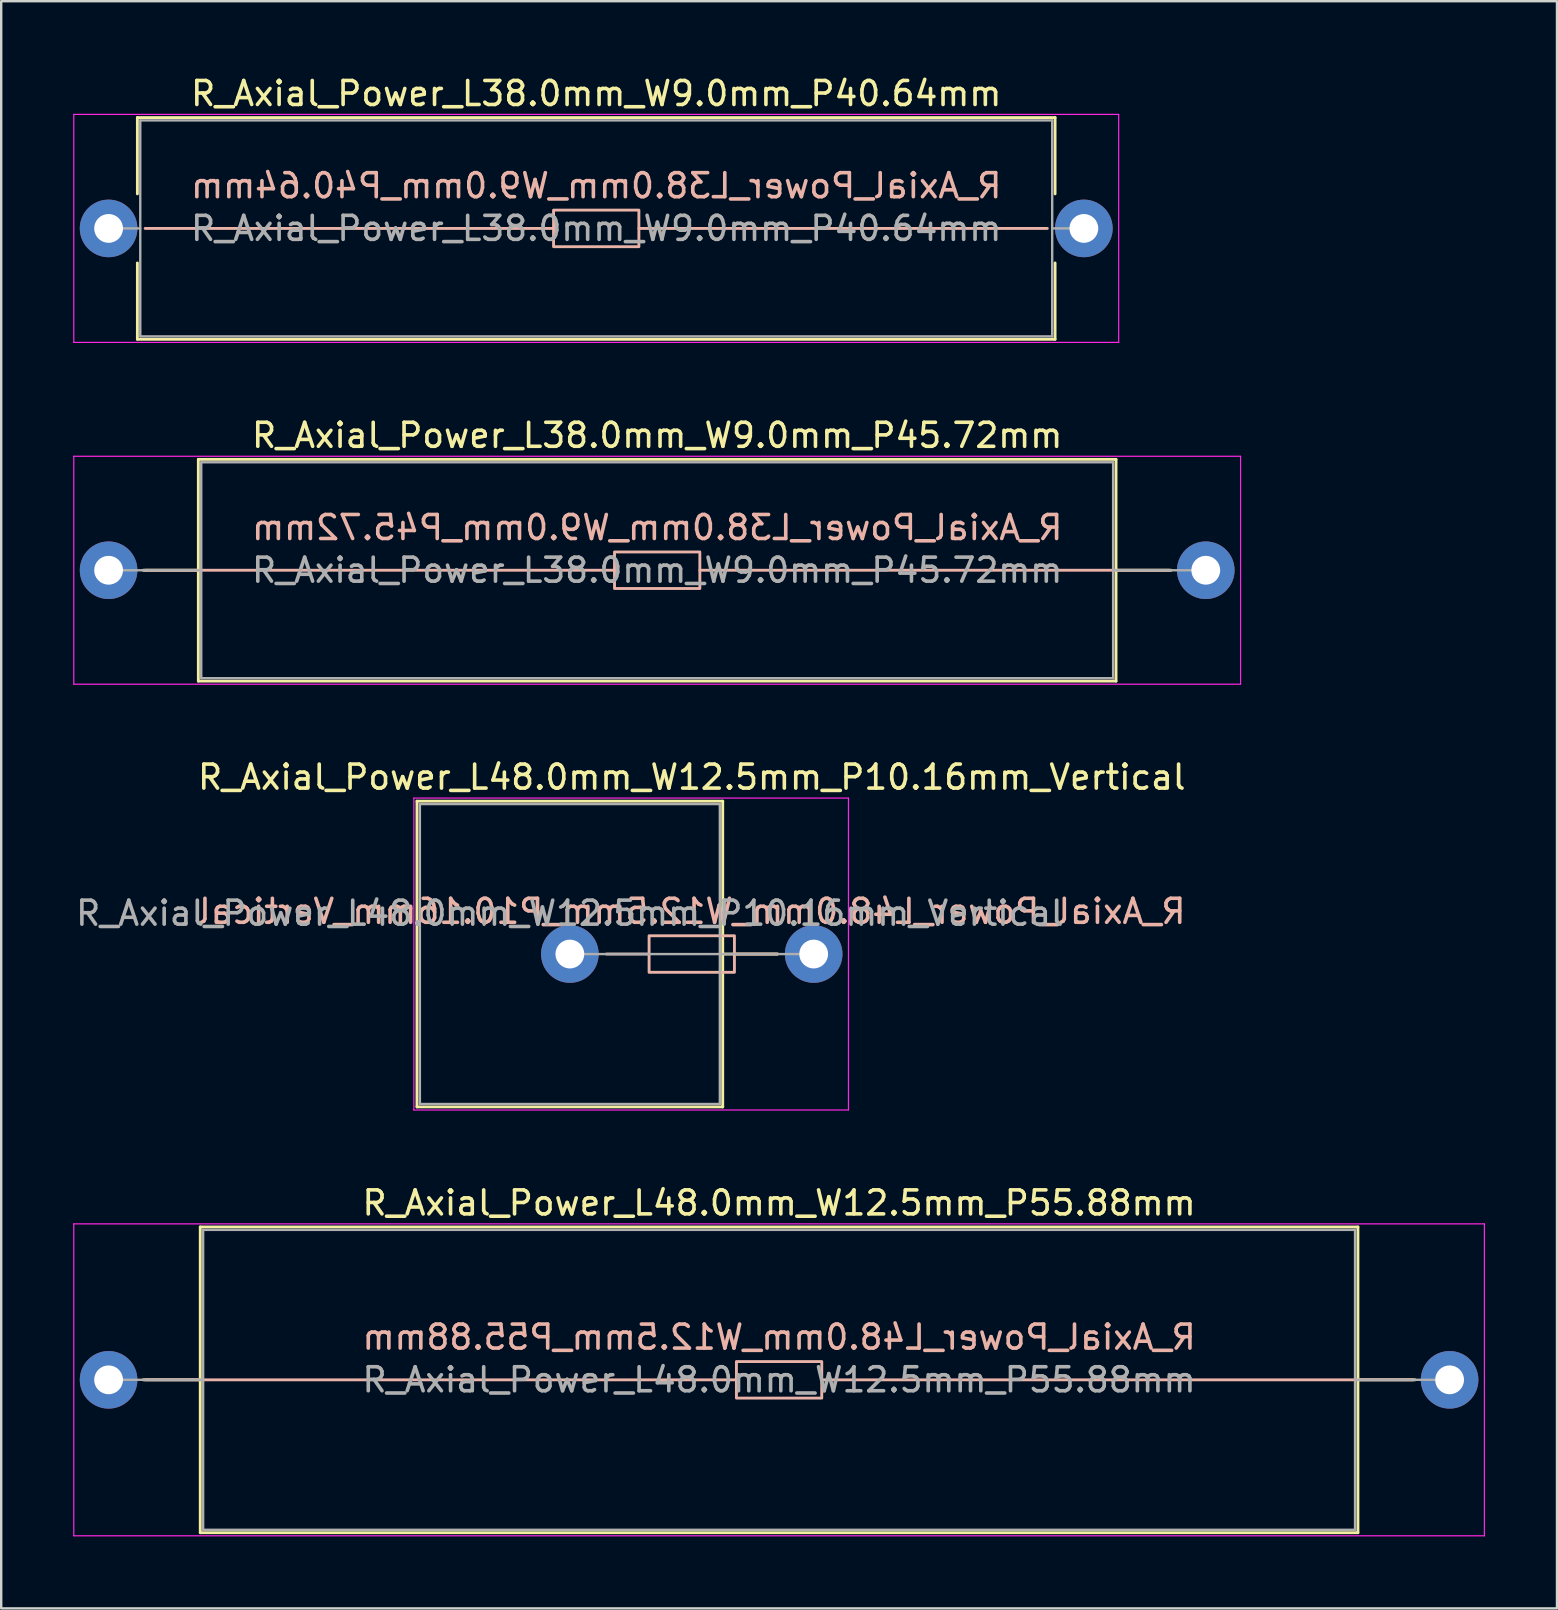
<source format=kicad_pcb>
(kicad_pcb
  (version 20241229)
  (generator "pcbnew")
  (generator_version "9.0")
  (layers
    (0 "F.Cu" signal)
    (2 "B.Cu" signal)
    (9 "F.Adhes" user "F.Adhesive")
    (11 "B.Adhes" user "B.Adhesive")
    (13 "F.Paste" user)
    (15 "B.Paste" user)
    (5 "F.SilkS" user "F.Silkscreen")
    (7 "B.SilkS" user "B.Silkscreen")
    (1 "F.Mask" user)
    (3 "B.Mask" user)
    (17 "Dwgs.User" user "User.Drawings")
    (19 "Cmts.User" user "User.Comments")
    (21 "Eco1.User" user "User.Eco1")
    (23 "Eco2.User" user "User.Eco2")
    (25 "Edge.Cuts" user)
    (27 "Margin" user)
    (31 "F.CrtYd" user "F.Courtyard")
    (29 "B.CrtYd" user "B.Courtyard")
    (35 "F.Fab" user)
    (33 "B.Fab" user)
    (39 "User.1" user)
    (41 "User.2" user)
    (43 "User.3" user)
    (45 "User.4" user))
  (footprint "R_Axial_Power_L48.0mm_W12.5mm_P10.16mm_Vertical"
    (layer "F.Cu")
    (at 20.696 36.705)
    (property "Reference" "R_Axial_Power_L48.0mm_W12.5mm_P10.16mm_Vertical" (at 5.08 -7.37 0) (layer "F.SilkS") (effects (font (size 1 1) (thickness 0.15))))
    (fp_line (start -6.37 -6.37) (end -6.37 6.37) (stroke (width 0.12) (type solid)) (layer "F.SilkS"))
    (fp_line (start -6.37 6.37) (end 6.37 6.37) (stroke (width 0.12) (type solid)) (layer "F.SilkS"))
    (fp_line (start 6.37 -6.37) (end -6.37 -6.37) (stroke (width 0.12) (type solid)) (layer "F.SilkS"))
    (fp_line (start 6.37 0) (end 8.66 0) (stroke (width 0.12) (type solid)) (layer "F.SilkS"))
    (fp_line (start 6.37 6.37) (end 6.37 -6.37) (stroke (width 0.12) (type solid)) (layer "F.SilkS"))
    (fp_line (start 3.302 0) (end 1.524 0) (stroke (width 0.12) (type solid)) (layer "B.SilkS"))
    (fp_line (start 6.858 0) (end 8.636 0) (stroke (width 0.12) (type solid)) (layer "B.SilkS"))
    (fp_rect (start 3.302 -0.762) (end 6.858 0.762) (stroke (width 0.12) (type solid)) (fill no) (layer "B.SilkS"))
    (fp_line (start -6.5 -6.5) (end -6.5 6.5) (stroke (width 0.05) (type solid)) (layer "F.CrtYd"))
    (fp_line (start -6.5 6.5) (end 11.61 6.5) (stroke (width 0.05) (type solid)) (layer "F.CrtYd"))
    (fp_line (start 11.61 -6.5) (end -6.5 -6.5) (stroke (width 0.05) (type solid)) (layer "F.CrtYd"))
    (fp_line (start 11.61 6.5) (end 11.61 -6.5) (stroke (width 0.05) (type solid)) (layer "F.CrtYd"))
    (fp_line (start -6.25 -6.25) (end -6.25 6.25) (stroke (width 0.1) (type solid)) (layer "F.Fab"))
    (fp_line (start -6.25 6.25) (end 6.25 6.25) (stroke (width 0.1) (type solid)) (layer "F.Fab"))
    (fp_line (start 0 0) (end 10.16 0) (stroke (width 0.1) (type solid)) (layer "F.Fab"))
    (fp_line (start 6.25 -6.25) (end -6.25 -6.25) (stroke (width 0.1) (type solid)) (layer "F.Fab"))
    (fp_line (start 6.25 6.25) (end 6.25 -6.25) (stroke (width 0.1) (type solid)) (layer "F.Fab"))
    (fp_text user "${REFERENCE}" (at 5.08 -1.778 0) (layer "B.SilkS") (effects (font (size 1 1) (thickness 0.15)) (justify mirror)))
    (fp_text user "${REFERENCE}" (at 0 -1.7 0) (layer "F.Fab") (effects (font (size 1 1) (thickness 0.15))))
    (pad "1" thru_hole circle (at 0 0) (size 2.4 2.4) (drill 1.2) (layers "*.Cu" "*.Mask"))
    (pad "2" thru_hole oval (at 10.16 0) (size 2.4 2.4) (drill 1.2) (layers "*.Cu" "*.Mask")))
  (footprint "R_Axial_Power_L38.0mm_W9.0mm_P40.64mm"
    (layer "F.Cu")
    (at 1.475 6.468)
    (property "Reference" "R_Axial_Power_L38.0mm_W9.0mm_P40.64mm" (at 20.32 -5.62 0) (layer "F.SilkS") (effects (font (size 1 1) (thickness 0.15))))
    (fp_line (start 1.2 -4.62) (end 39.44 -4.62) (stroke (width 0.12) (type solid)) (layer "F.SilkS"))
    (fp_line (start 1.2 -1.44) (end 1.2 -4.62) (stroke (width 0.12) (type solid)) (layer "F.SilkS"))
    (fp_line (start 1.2 1.44) (end 1.2 4.62) (stroke (width 0.12) (type solid)) (layer "F.SilkS"))
    (fp_line (start 1.2 4.62) (end 39.44 4.62) (stroke (width 0.12) (type solid)) (layer "F.SilkS"))
    (fp_line (start 39.44 -4.62) (end 39.44 -1.44) (stroke (width 0.12) (type solid)) (layer "F.SilkS"))
    (fp_line (start 39.44 4.62) (end 39.44 1.44) (stroke (width 0.12) (type solid)) (layer "F.SilkS"))
    (fp_line (start 18.542 0) (end 1.524 0) (stroke (width 0.12) (type solid)) (layer "B.SilkS"))
    (fp_line (start 22.098 0) (end 39.116 0) (stroke (width 0.12) (type solid)) (layer "B.SilkS"))
    (fp_rect (start 18.542 -0.762) (end 22.098 0.762) (stroke (width 0.12) (type solid)) (fill no) (layer "B.SilkS"))
    (fp_line (start -1.45 -4.75) (end -1.45 4.75) (stroke (width 0.05) (type solid)) (layer "F.CrtYd"))
    (fp_line (start -1.45 4.75) (end 42.09 4.75) (stroke (width 0.05) (type solid)) (layer "F.CrtYd"))
    (fp_line (start 42.09 -4.75) (end -1.45 -4.75) (stroke (width 0.05) (type solid)) (layer "F.CrtYd"))
    (fp_line (start 42.09 4.75) (end 42.09 -4.75) (stroke (width 0.05) (type solid)) (layer "F.CrtYd"))
    (fp_line (start 0 0) (end 1.32 0) (stroke (width 0.1) (type solid)) (layer "F.Fab"))
    (fp_line (start 1.32 -4.5) (end 1.32 4.5) (stroke (width 0.1) (type solid)) (layer "F.Fab"))
    (fp_line (start 1.32 4.5) (end 39.32 4.5) (stroke (width 0.1) (type solid)) (layer "F.Fab"))
    (fp_line (start 39.32 -4.5) (end 1.32 -4.5) (stroke (width 0.1) (type solid)) (layer "F.Fab"))
    (fp_line (start 39.32 4.5) (end 39.32 -4.5) (stroke (width 0.1) (type solid)) (layer "F.Fab"))
    (fp_line (start 40.64 0) (end 39.32 0) (stroke (width 0.1) (type solid)) (layer "F.Fab"))
    (fp_text user "${REFERENCE}" (at 20.32 -1.778 0) (layer "B.SilkS") (effects (font (size 1 1) (thickness 0.15)) (justify mirror)))
    (fp_text user "${REFERENCE}" (at 20.32 0 0) (layer "F.Fab") (effects (font (size 1 1) (thickness 0.15))))
    (pad "1" thru_hole circle (at 0 0) (size 2.4 2.4) (drill 1.2) (layers "*.Cu" "*.Mask"))
    (pad "2" thru_hole oval (at 40.64 0) (size 2.4 2.4) (drill 1.2) (layers "*.Cu" "*.Mask")))
  (footprint "R_Axial_Power_L48.0mm_W12.5mm_P55.88mm"
    (layer "F.Cu")
    (at 1.475 54.448)
    (property "Reference" "R_Axial_Power_L48.0mm_W12.5mm_P55.88mm" (at 27.94 -7.37 0) (layer "F.SilkS") (effects (font (size 1 1) (thickness 0.15))))
    (fp_line (start 1.44 0) (end 3.82 0) (stroke (width 0.12) (type solid)) (layer "F.SilkS"))
    (fp_line (start 3.82 -6.37) (end 3.82 6.37) (stroke (width 0.12) (type solid)) (layer "F.SilkS"))
    (fp_line (start 3.82 6.37) (end 52.06 6.37) (stroke (width 0.12) (type solid)) (layer "F.SilkS"))
    (fp_line (start 52.06 -6.37) (end 3.82 -6.37) (stroke (width 0.12) (type solid)) (layer "F.SilkS"))
    (fp_line (start 52.06 6.37) (end 52.06 -6.37) (stroke (width 0.12) (type solid)) (layer "F.SilkS"))
    (fp_line (start 54.44 0) (end 52.06 0) (stroke (width 0.12) (type solid)) (layer "F.SilkS"))
    (fp_line (start 26.162 0) (end 1.524 0) (stroke (width 0.12) (type solid)) (layer "B.SilkS"))
    (fp_line (start 29.718 0) (end 54.356 0) (stroke (width 0.12) (type solid)) (layer "B.SilkS"))
    (fp_rect (start 26.162 -0.762) (end 29.718 0.762) (stroke (width 0.12) (type solid)) (fill no) (layer "B.SilkS"))
    (fp_line (start -1.45 -6.5) (end -1.45 6.5) (stroke (width 0.05) (type solid)) (layer "F.CrtYd"))
    (fp_line (start -1.45 6.5) (end 57.33 6.5) (stroke (width 0.05) (type solid)) (layer "F.CrtYd"))
    (fp_line (start 57.33 -6.5) (end -1.45 -6.5) (stroke (width 0.05) (type solid)) (layer "F.CrtYd"))
    (fp_line (start 57.33 6.5) (end 57.33 -6.5) (stroke (width 0.05) (type solid)) (layer "F.CrtYd"))
    (fp_line (start 0 0) (end 3.94 0) (stroke (width 0.1) (type solid)) (layer "F.Fab"))
    (fp_line (start 3.94 -6.25) (end 3.94 6.25) (stroke (width 0.1) (type solid)) (layer "F.Fab"))
    (fp_line (start 3.94 6.25) (end 51.94 6.25) (stroke (width 0.1) (type solid)) (layer "F.Fab"))
    (fp_line (start 51.94 -6.25) (end 3.94 -6.25) (stroke (width 0.1) (type solid)) (layer "F.Fab"))
    (fp_line (start 51.94 6.25) (end 51.94 -6.25) (stroke (width 0.1) (type solid)) (layer "F.Fab"))
    (fp_line (start 55.88 0) (end 51.94 0) (stroke (width 0.1) (type solid)) (layer "F.Fab"))
    (fp_text user "${REFERENCE}" (at 27.94 -1.778 0) (layer "B.SilkS") (effects (font (size 1 1) (thickness 0.15)) (justify mirror)))
    (fp_text user "${REFERENCE}" (at 27.94 0 0) (layer "F.Fab") (effects (font (size 1 1) (thickness 0.15))))
    (pad "1" thru_hole circle (at 0 0) (size 2.4 2.4) (drill 1.2) (layers "*.Cu" "*.Mask"))
    (pad "2" thru_hole oval (at 55.88 0) (size 2.4 2.4) (drill 1.2) (layers "*.Cu" "*.Mask")))
  (footprint "R_Axial_Power_L38.0mm_W9.0mm_P45.72mm"
    (layer "F.Cu")
    (at 1.475 20.712)
    (property "Reference" "R_Axial_Power_L38.0mm_W9.0mm_P45.72mm" (at 22.86 -5.62 0) (layer "F.SilkS") (effects (font (size 1 1) (thickness 0.15))))
    (fp_line (start 1.44 0) (end 3.74 0) (stroke (width 0.12) (type solid)) (layer "F.SilkS"))
    (fp_line (start 3.74 -4.62) (end 3.74 4.62) (stroke (width 0.12) (type solid)) (layer "F.SilkS"))
    (fp_line (start 3.74 4.62) (end 41.98 4.62) (stroke (width 0.12) (type solid)) (layer "F.SilkS"))
    (fp_line (start 41.98 -4.62) (end 3.74 -4.62) (stroke (width 0.12) (type solid)) (layer "F.SilkS"))
    (fp_line (start 41.98 4.62) (end 41.98 -4.62) (stroke (width 0.12) (type solid)) (layer "F.SilkS"))
    (fp_line (start 44.28 0) (end 41.98 0) (stroke (width 0.12) (type solid)) (layer "F.SilkS"))
    (fp_line (start 21.082 0) (end 1.524 0) (stroke (width 0.12) (type solid)) (layer "B.SilkS"))
    (fp_line (start 24.638 0) (end 44.196 0) (stroke (width 0.12) (type solid)) (layer "B.SilkS"))
    (fp_rect (start 21.082 -0.762) (end 24.638 0.762) (stroke (width 0.12) (type solid)) (fill no) (layer "B.SilkS"))
    (fp_line (start -1.45 -4.75) (end -1.45 4.75) (stroke (width 0.05) (type solid)) (layer "F.CrtYd"))
    (fp_line (start -1.45 4.75) (end 47.17 4.75) (stroke (width 0.05) (type solid)) (layer "F.CrtYd"))
    (fp_line (start 47.17 -4.75) (end -1.45 -4.75) (stroke (width 0.05) (type solid)) (layer "F.CrtYd"))
    (fp_line (start 47.17 4.75) (end 47.17 -4.75) (stroke (width 0.05) (type solid)) (layer "F.CrtYd"))
    (fp_line (start 0 0) (end 3.86 0) (stroke (width 0.1) (type solid)) (layer "F.Fab"))
    (fp_line (start 3.86 -4.5) (end 3.86 4.5) (stroke (width 0.1) (type solid)) (layer "F.Fab"))
    (fp_line (start 3.86 4.5) (end 41.86 4.5) (stroke (width 0.1) (type solid)) (layer "F.Fab"))
    (fp_line (start 41.86 -4.5) (end 3.86 -4.5) (stroke (width 0.1) (type solid)) (layer "F.Fab"))
    (fp_line (start 41.86 4.5) (end 41.86 -4.5) (stroke (width 0.1) (type solid)) (layer "F.Fab"))
    (fp_line (start 45.72 0) (end 41.86 0) (stroke (width 0.1) (type solid)) (layer "F.Fab"))
    (fp_text user "${REFERENCE}" (at 22.86 -1.778 0) (layer "B.SilkS") (effects (font (size 1 1) (thickness 0.15)) (justify mirror)))
    (fp_text user "${REFERENCE}" (at 22.86 0 0) (layer "F.Fab") (effects (font (size 1 1) (thickness 0.15))))
    (pad "1" thru_hole circle (at 0 0) (size 2.4 2.4) (drill 1.2) (layers "*.Cu" "*.Mask"))
    (pad "2" thru_hole oval (at 45.72 0) (size 2.4 2.4) (drill 1.2) (layers "*.Cu" "*.Mask")))
  (gr_rect
    (start -3 -3)
    (end 61.83 63.973)
    (stroke (width 0.1) (type default))
    (fill no)
    (layer "Edge.Cuts")))
</source>
